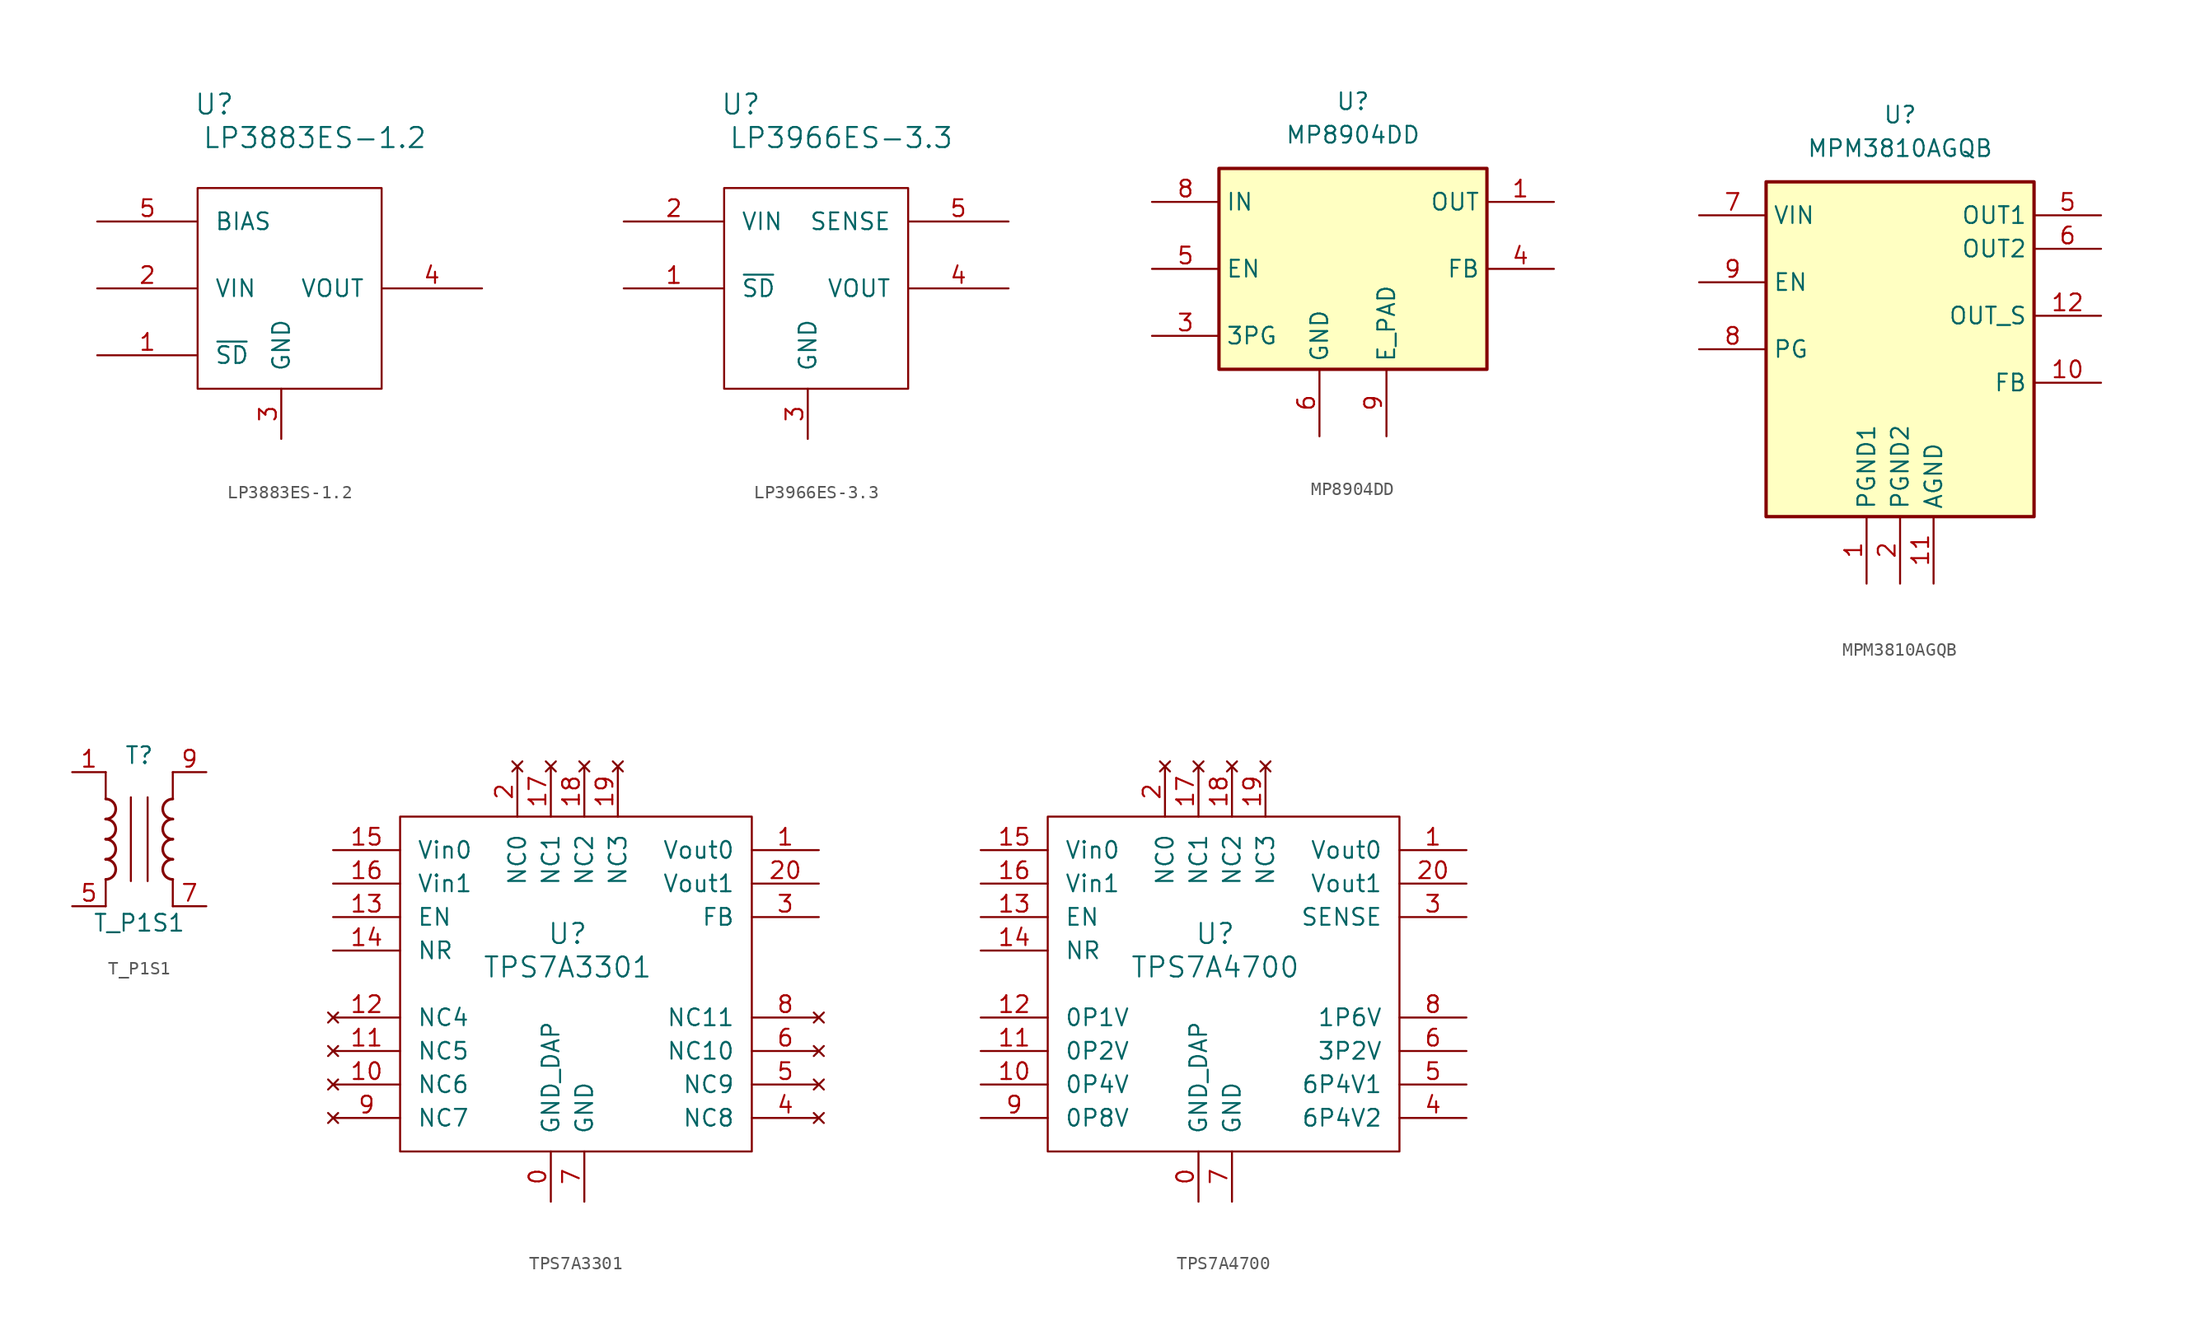
<source format=kicad_sym>
(kicad_symbol_lib
  (version 20230620)
  (generator kicad_symbol_editor)
  (symbol "LP3883ES-1.2"
    (pin_names
      (offset 1.27))
    (property "Reference" "U"
      (at 8.89 8.89 0)
      (effects (font (size 1.524 1.524))))
    (property "Value" "LP3883ES-1.2"
      (at 16.51 6.35 0)
      (effects (font (size 1.524 1.524))))
    (property "Datasheet" ""
      (at 0 0 0)
      (effects (font (size 1.524 1.524))))
    (symbol "LP3883ES-1.2_0_1"
      (rectangle (start 7.62 2.54) (end 21.59 -12.7) (stroke (width 0) (type default)) (fill (type none))))
    (symbol "LP3883ES-1.2_1_1"
      (pin input line (at 0 -10.16 0) (length 7.62) (name "~{SD}" (effects (font (size 1.27 1.27)))) (number "1" (effects (font (size 1.27 1.27)))))
      (pin power_in line (at 0 -5.08 0) (length 7.62) (name "VIN" (effects (font (size 1.27 1.27)))) (number "2" (effects (font (size 1.27 1.27)))))
      (pin power_in line (at 13.97 -16.51 90) (length 3.81) (name "GND" (effects (font (size 1.27 1.27)))) (number "3" (effects (font (size 1.27 1.27)))))
      (pin power_out line (at 29.21 -5.08 180) (length 7.62) (name "VOUT" (effects (font (size 1.27 1.27)))) (number "4" (effects (font (size 1.27 1.27)))))
      (pin power_in line (at 0 0 0) (length 7.62) (name "BIAS" (effects (font (size 1.27 1.27)))) (number "5" (effects (font (size 1.27 1.27)))))))
  (symbol "LP3966ES-3.3"
    (pin_names
      (offset 1.27))
    (property "Reference" "U"
      (at 8.89 8.89 0)
      (effects (font (size 1.524 1.524))))
    (property "Value" "LP3966ES-3.3"
      (at 16.51 6.35 0)
      (effects (font (size 1.524 1.524))))
    (property "Datasheet" ""
      (at 0 0 0)
      (effects (font (size 1.524 1.524))))
    (symbol "LP3966ES-3.3_0_1"
      (rectangle (start 7.62 2.54) (end 21.59 -12.7) (stroke (width 0) (type default)) (fill (type none))))
    (symbol "LP3966ES-3.3_1_1"
      (pin input line (at 0 -5.08 0) (length 7.62) (name "~{SD}" (effects (font (size 1.27 1.27)))) (number "1" (effects (font (size 1.27 1.27)))))
      (pin power_in line (at 0 0 0) (length 7.62) (name "VIN" (effects (font (size 1.27 1.27)))) (number "2" (effects (font (size 1.27 1.27)))))
      (pin power_in line (at 13.97 -16.51 90) (length 3.81) (name "GND" (effects (font (size 1.27 1.27)))) (number "3" (effects (font (size 1.27 1.27)))))
      (pin power_out line (at 29.21 -5.08 180) (length 7.62) (name "VOUT" (effects (font (size 1.27 1.27)))) (number "4" (effects (font (size 1.27 1.27)))))
      (pin power_in line (at 29.21 0 180) (length 7.62) (name "SENSE" (effects (font (size 1.27 1.27)))) (number "5" (effects (font (size 1.27 1.27)))))))
  (symbol "MP8904DD"
    (property "Reference" "U"
      (at 0 12.7 0)
      (effects (font (size 1.27 1.27))))
    (property "Value" "MP8904DD"
      (at 0 10.16 0)
      (effects (font (size 1.27 1.27))))
    (symbol "MP8904DD_0_1"
      (rectangle (start -10.16 7.62) (end 10.16 -7.62) (stroke (width 0.254) (type default)) (fill (type background))))
    (symbol "MP8904DD_1_1"
      (pin power_out line (at 15.24 5.08 180) (length 5.08) (name "OUT" (effects (font (size 1.27 1.27)))) (number "1" (effects (font (size 1.27 1.27)))))
      (pin no_connect line (at 10.16 -2.54 180) (length 2.54) hide (name "NC" (effects (font (size 1.27 1.27)))) (number "2" (effects (font (size 1.27 1.27)))))
      (pin open_collector line (at -15.24 -5.08 0) (length 5.08) (name "3PG" (effects (font (size 1.27 1.27)))) (number "3" (effects (font (size 1.27 1.27)))))
      (pin passive line (at 15.24 0 180) (length 5.08) (name "FB" (effects (font (size 1.27 1.27)))) (number "4" (effects (font (size 1.27 1.27)))))
      (pin input line (at -15.24 0 0) (length 5.08) (name "EN" (effects (font (size 1.27 1.27)))) (number "5" (effects (font (size 1.27 1.27)))))
      (pin power_in line (at -2.54 -12.7 90) (length 5.08) (name "GND" (effects (font (size 1.27 1.27)))) (number "6" (effects (font (size 1.27 1.27)))))
      (pin no_connect line (at 10.16 -5.08 180) (length 2.54) hide (name "NC" (effects (font (size 1.27 1.27)))) (number "7" (effects (font (size 1.27 1.27)))))
      (pin power_in line (at -15.24 5.08 0) (length 5.08) (name "IN" (effects (font (size 1.27 1.27)))) (number "8" (effects (font (size 1.27 1.27)))))
      (pin power_in line (at 2.54 -12.7 90) (length 5.08) (name "E_PAD" (effects (font (size 1.27 1.27)))) (number "9" (effects (font (size 1.27 1.27)))))))
  (symbol "MPM3810AGQB"
    (property "Reference" "U"
      (at 0 17.78 0)
      (effects (font (size 1.27 1.27))))
    (property "Value" "MPM3810AGQB"
      (at 0 15.24 0)
      (effects (font (size 1.27 1.27))))
    (symbol "MPM3810AGQB_0_1"
      (rectangle (start -10.16 12.7) (end 10.16 -12.7) (stroke (width 0.254) (type default)) (fill (type background))))
    (symbol "MPM3810AGQB_1_0"
      (pin passive line (at 15.24 -2.54 180) (length 5.08) (name "FB" (effects (font (size 1.27 1.27)))) (number "10" (effects (font (size 1.27 1.27)))))
      (pin power_in line (at 2.54 -17.78 90) (length 5.08) (name "AGND" (effects (font (size 1.27 1.27)))) (number "11" (effects (font (size 1.27 1.27)))))
      (pin power_in line (at 15.24 2.54 180) (length 5.08) (name "OUT_S" (effects (font (size 1.27 1.27)))) (number "12" (effects (font (size 1.27 1.27))))))
    (symbol "MPM3810AGQB_1_1"
      (pin power_out line (at -2.54 -17.78 90) (length 5.08) (name "PGND1" (effects (font (size 1.27 1.27)))) (number "1" (effects (font (size 1.27 1.27)))))
      (pin power_in line (at 0 -17.78 90) (length 5.08) (name "PGND2" (effects (font (size 1.27 1.27)))) (number "2" (effects (font (size 1.27 1.27)))))
      (pin no_connect line (at -10.16 -5.08 0) (length 2.54) hide (name "NC" (effects (font (size 1.27 1.27)))) (number "3" (effects (font (size 1.27 1.27)))))
      (pin no_connect line (at -10.16 -7.62 0) (length 2.54) hide (name "NC" (effects (font (size 1.27 1.27)))) (number "4" (effects (font (size 1.27 1.27)))))
      (pin power_out line (at 15.24 10.16 180) (length 5.08) (name "OUT1" (effects (font (size 1.27 1.27)))) (number "5" (effects (font (size 1.27 1.27)))))
      (pin power_out line (at 15.24 7.62 180) (length 5.08) (name "OUT2" (effects (font (size 1.27 1.27)))) (number "6" (effects (font (size 1.27 1.27)))))
      (pin power_in line (at -15.24 10.16 0) (length 5.08) (name "VIN" (effects (font (size 1.27 1.27)))) (number "7" (effects (font (size 1.27 1.27)))))
      (pin open_collector line (at -15.24 0 0) (length 5.08) (name "PG" (effects (font (size 1.27 1.27)))) (number "8" (effects (font (size 1.27 1.27)))))
      (pin input line (at -15.24 5.08 0) (length 5.08) (name "EN" (effects (font (size 1.27 1.27)))) (number "9" (effects (font (size 1.27 1.27)))))))
  (symbol "T_P1S1"
    (pin_names hide)
    (property "Reference" "T"
      (at 0 6.35 0)
      (effects (font (size 1.27 1.27))))
    (property "Value" "T_P1S1"
      (at 0 -6.35 0)
      (effects (font (size 1.27 1.27))))
    (symbol "T_P1S1_0_1"
      (arc (start -2.54 -3.048) (mid -1.7813 -2.286) (end -2.54 -1.524) (stroke (width 0.2032) (type default)) (fill (type none)))
      (arc (start -2.54 -1.524) (mid -1.7813 -0.762) (end -2.54 0) (stroke (width 0.2032) (type default)) (fill (type none)))
      (arc (start -2.54 0) (mid -1.7813 0.762) (end -2.54 1.524) (stroke (width 0.2032) (type default)) (fill (type none)))
      (polyline (pts (xy -2.54 -3.048) (xy -2.54 -5.08)) (stroke (width 0) (type default)) (fill (type none)))
      (polyline (pts (xy -2.54 5.08) (xy -2.54 3.048)) (stroke (width 0) (type default)) (fill (type none)))
      (polyline (pts (xy -0.635 3.175) (xy -0.635 -3.175)) (stroke (width 0) (type default)) (fill (type none)))
      (polyline (pts (xy 0.635 3.175) (xy 0.635 -3.175)) (stroke (width 0) (type default)) (fill (type none)))
      (polyline (pts (xy 2.54 -3.048) (xy 2.54 -5.08)) (stroke (width 0) (type default)) (fill (type none)))
      (polyline (pts (xy 2.54 5.08) (xy 2.54 3.048)) (stroke (width 0) (type default)) (fill (type none)))
      (arc (start 2.54 -1.524) (mid 1.7813 -2.286) (end 2.54 -3.048) (stroke (width 0.2032) (type default)) (fill (type none)))
      (arc (start 2.54 0) (mid 1.7813 -0.762) (end 2.54 -1.524) (stroke (width 0.2032) (type default)) (fill (type none)))
      (arc (start 2.54 1.524) (mid 1.7813 0.762) (end 2.54 0) (stroke (width 0.2032) (type default)) (fill (type none)))
      (arc (start 2.54 3.048) (mid 1.7813 2.286) (end 2.54 1.524) (stroke (width 0.2032) (type default)) (fill (type none))))
    (symbol "T_P1S1_1_1"
      (arc (start -2.54 1.524) (mid -1.7813 2.286) (end -2.54 3.048) (stroke (width 0.2032) (type default)) (fill (type none)))
      (pin passive line (at -5.08 5.08 0) (length 2.54) (name "~" (effects (font (size 1.27 1.27)))) (number "1" (effects (font (size 1.27 1.27)))))
      (pin passive line (at -5.08 -5.08 0) (length 2.54) (name "~" (effects (font (size 1.27 1.27)))) (number "5" (effects (font (size 1.27 1.27)))))
      (pin passive line (at 5.08 -5.08 180) (length 2.54) (name "~" (effects (font (size 1.27 1.27)))) (number "7" (effects (font (size 1.27 1.27)))))
      (pin passive line (at 5.08 5.08 180) (length 2.54) (name "~" (effects (font (size 1.27 1.27)))) (number "9" (effects (font (size 1.27 1.27)))))))
  (symbol "TPS7A3301"
    (pin_names
      (offset 1.27))
    (property "Reference" "U"
      (at 17.78 -6.35 0)
      (effects (font (size 1.524 1.524))))
    (property "Value" "TPS7A3301"
      (at 17.78 -8.89 0)
      (effects (font (size 1.524 1.524))))
    (symbol "TPS7A3301_0_1"
      (rectangle (start 5.08 2.54) (end 31.75 -22.86) (stroke (width 0) (type default)) (fill (type none))))
    (symbol "TPS7A3301_1_1"
      (pin power_in line (at 16.51 -26.67 90) (length 3.81) (name "GND_DAP" (effects (font (size 1.27 1.27)))) (number "0" (effects (font (size 1.27 1.27)))))
      (pin power_out line (at 36.83 0 180) (length 5.08) (name "Vout0" (effects (font (size 1.27 1.27)))) (number "1" (effects (font (size 1.27 1.27)))))
      (pin no_connect line (at 0 -17.78 0) (length 5.08) (name "NC6" (effects (font (size 1.27 1.27)))) (number "10" (effects (font (size 1.27 1.27)))))
      (pin no_connect line (at 0 -15.24 0) (length 5.08) (name "NC5" (effects (font (size 1.27 1.27)))) (number "11" (effects (font (size 1.27 1.27)))))
      (pin no_connect line (at 0 -12.7 0) (length 5.08) (name "NC4" (effects (font (size 1.27 1.27)))) (number "12" (effects (font (size 1.27 1.27)))))
      (pin input line (at 0 -5.08 0) (length 5.08) (name "EN" (effects (font (size 1.27 1.27)))) (number "13" (effects (font (size 1.27 1.27)))))
      (pin input line (at 0 -7.62 0) (length 5.08) (name "NR" (effects (font (size 1.27 1.27)))) (number "14" (effects (font (size 1.27 1.27)))))
      (pin power_in line (at 0 0 0) (length 5.08) (name "Vin0" (effects (font (size 1.27 1.27)))) (number "15" (effects (font (size 1.27 1.27)))))
      (pin power_in line (at 0 -2.54 0) (length 5.08) (name "Vin1" (effects (font (size 1.27 1.27)))) (number "16" (effects (font (size 1.27 1.27)))))
      (pin no_connect line (at 16.51 6.35 270) (length 3.81) (name "NC1" (effects (font (size 1.27 1.27)))) (number "17" (effects (font (size 1.27 1.27)))))
      (pin no_connect line (at 19.05 6.35 270) (length 3.81) (name "NC2" (effects (font (size 1.27 1.27)))) (number "18" (effects (font (size 1.27 1.27)))))
      (pin no_connect line (at 21.59 6.35 270) (length 3.81) (name "NC3" (effects (font (size 1.27 1.27)))) (number "19" (effects (font (size 1.27 1.27)))))
      (pin no_connect line (at 13.97 6.35 270) (length 3.81) (name "NC0" (effects (font (size 1.27 1.27)))) (number "2" (effects (font (size 1.27 1.27)))))
      (pin power_out line (at 36.83 -2.54 180) (length 5.08) (name "Vout1" (effects (font (size 1.27 1.27)))) (number "20" (effects (font (size 1.27 1.27)))))
      (pin power_in line (at 36.83 -5.08 180) (length 5.08) (name "FB" (effects (font (size 1.27 1.27)))) (number "3" (effects (font (size 1.27 1.27)))))
      (pin no_connect line (at 36.83 -20.32 180) (length 5.08) (name "NC8" (effects (font (size 1.27 1.27)))) (number "4" (effects (font (size 1.27 1.27)))))
      (pin no_connect line (at 36.83 -17.78 180) (length 5.08) (name "NC9" (effects (font (size 1.27 1.27)))) (number "5" (effects (font (size 1.27 1.27)))))
      (pin no_connect line (at 36.83 -15.24 180) (length 5.08) (name "NC10" (effects (font (size 1.27 1.27)))) (number "6" (effects (font (size 1.27 1.27)))))
      (pin power_in line (at 19.05 -26.67 90) (length 3.81) (name "GND" (effects (font (size 1.27 1.27)))) (number "7" (effects (font (size 1.27 1.27)))))
      (pin no_connect line (at 36.83 -12.7 180) (length 5.08) (name "NC11" (effects (font (size 1.27 1.27)))) (number "8" (effects (font (size 1.27 1.27)))))
      (pin no_connect line (at 0 -20.32 0) (length 5.08) (name "NC7" (effects (font (size 1.27 1.27)))) (number "9" (effects (font (size 1.27 1.27)))))))
  (symbol "TPS7A4700"
    (pin_names
      (offset 1.27))
    (property "Reference" "U"
      (at 17.78 -6.35 0)
      (effects (font (size 1.524 1.524))))
    (property "Value" "TPS7A4700"
      (at 17.78 -8.89 0)
      (effects (font (size 1.524 1.524))))
    (symbol "TPS7A4700_0_1"
      (rectangle (start 5.08 2.54) (end 31.75 -22.86) (stroke (width 0) (type default)) (fill (type none))))
    (symbol "TPS7A4700_1_1"
      (pin power_in line (at 16.51 -26.67 90) (length 3.81) (name "GND_DAP" (effects (font (size 1.27 1.27)))) (number "0" (effects (font (size 1.27 1.27)))))
      (pin power_out line (at 36.83 0 180) (length 5.08) (name "Vout0" (effects (font (size 1.27 1.27)))) (number "1" (effects (font (size 1.27 1.27)))))
      (pin power_in line (at 0 -17.78 0) (length 5.08) (name "0P4V" (effects (font (size 1.27 1.27)))) (number "10" (effects (font (size 1.27 1.27)))))
      (pin power_in line (at 0 -15.24 0) (length 5.08) (name "0P2V" (effects (font (size 1.27 1.27)))) (number "11" (effects (font (size 1.27 1.27)))))
      (pin power_in line (at 0 -12.7 0) (length 5.08) (name "0P1V" (effects (font (size 1.27 1.27)))) (number "12" (effects (font (size 1.27 1.27)))))
      (pin input line (at 0 -5.08 0) (length 5.08) (name "EN" (effects (font (size 1.27 1.27)))) (number "13" (effects (font (size 1.27 1.27)))))
      (pin input line (at 0 -7.62 0) (length 5.08) (name "NR" (effects (font (size 1.27 1.27)))) (number "14" (effects (font (size 1.27 1.27)))))
      (pin power_in line (at 0 0 0) (length 5.08) (name "Vin0" (effects (font (size 1.27 1.27)))) (number "15" (effects (font (size 1.27 1.27)))))
      (pin power_in line (at 0 -2.54 0) (length 5.08) (name "Vin1" (effects (font (size 1.27 1.27)))) (number "16" (effects (font (size 1.27 1.27)))))
      (pin no_connect line (at 16.51 6.35 270) (length 3.81) (name "NC1" (effects (font (size 1.27 1.27)))) (number "17" (effects (font (size 1.27 1.27)))))
      (pin no_connect line (at 19.05 6.35 270) (length 3.81) (name "NC2" (effects (font (size 1.27 1.27)))) (number "18" (effects (font (size 1.27 1.27)))))
      (pin no_connect line (at 21.59 6.35 270) (length 3.81) (name "NC3" (effects (font (size 1.27 1.27)))) (number "19" (effects (font (size 1.27 1.27)))))
      (pin no_connect line (at 13.97 6.35 270) (length 3.81) (name "NC0" (effects (font (size 1.27 1.27)))) (number "2" (effects (font (size 1.27 1.27)))))
      (pin power_out line (at 36.83 -2.54 180) (length 5.08) (name "Vout1" (effects (font (size 1.27 1.27)))) (number "20" (effects (font (size 1.27 1.27)))))
      (pin power_in line (at 36.83 -5.08 180) (length 5.08) (name "SENSE" (effects (font (size 1.27 1.27)))) (number "3" (effects (font (size 1.27 1.27)))))
      (pin power_in line (at 36.83 -20.32 180) (length 5.08) (name "6P4V2" (effects (font (size 1.27 1.27)))) (number "4" (effects (font (size 1.27 1.27)))))
      (pin power_in line (at 36.83 -17.78 180) (length 5.08) (name "6P4V1" (effects (font (size 1.27 1.27)))) (number "5" (effects (font (size 1.27 1.27)))))
      (pin power_in line (at 36.83 -15.24 180) (length 5.08) (name "3P2V" (effects (font (size 1.27 1.27)))) (number "6" (effects (font (size 1.27 1.27)))))
      (pin power_in line (at 19.05 -26.67 90) (length 3.81) (name "GND" (effects (font (size 1.27 1.27)))) (number "7" (effects (font (size 1.27 1.27)))))
      (pin power_in line (at 36.83 -12.7 180) (length 5.08) (name "1P6V" (effects (font (size 1.27 1.27)))) (number "8" (effects (font (size 1.27 1.27)))))
      (pin power_in line (at 0 -20.32 0) (length 5.08) (name "0P8V" (effects (font (size 1.27 1.27)))) (number "9" (effects (font (size 1.27 1.27))))))))
</source>
